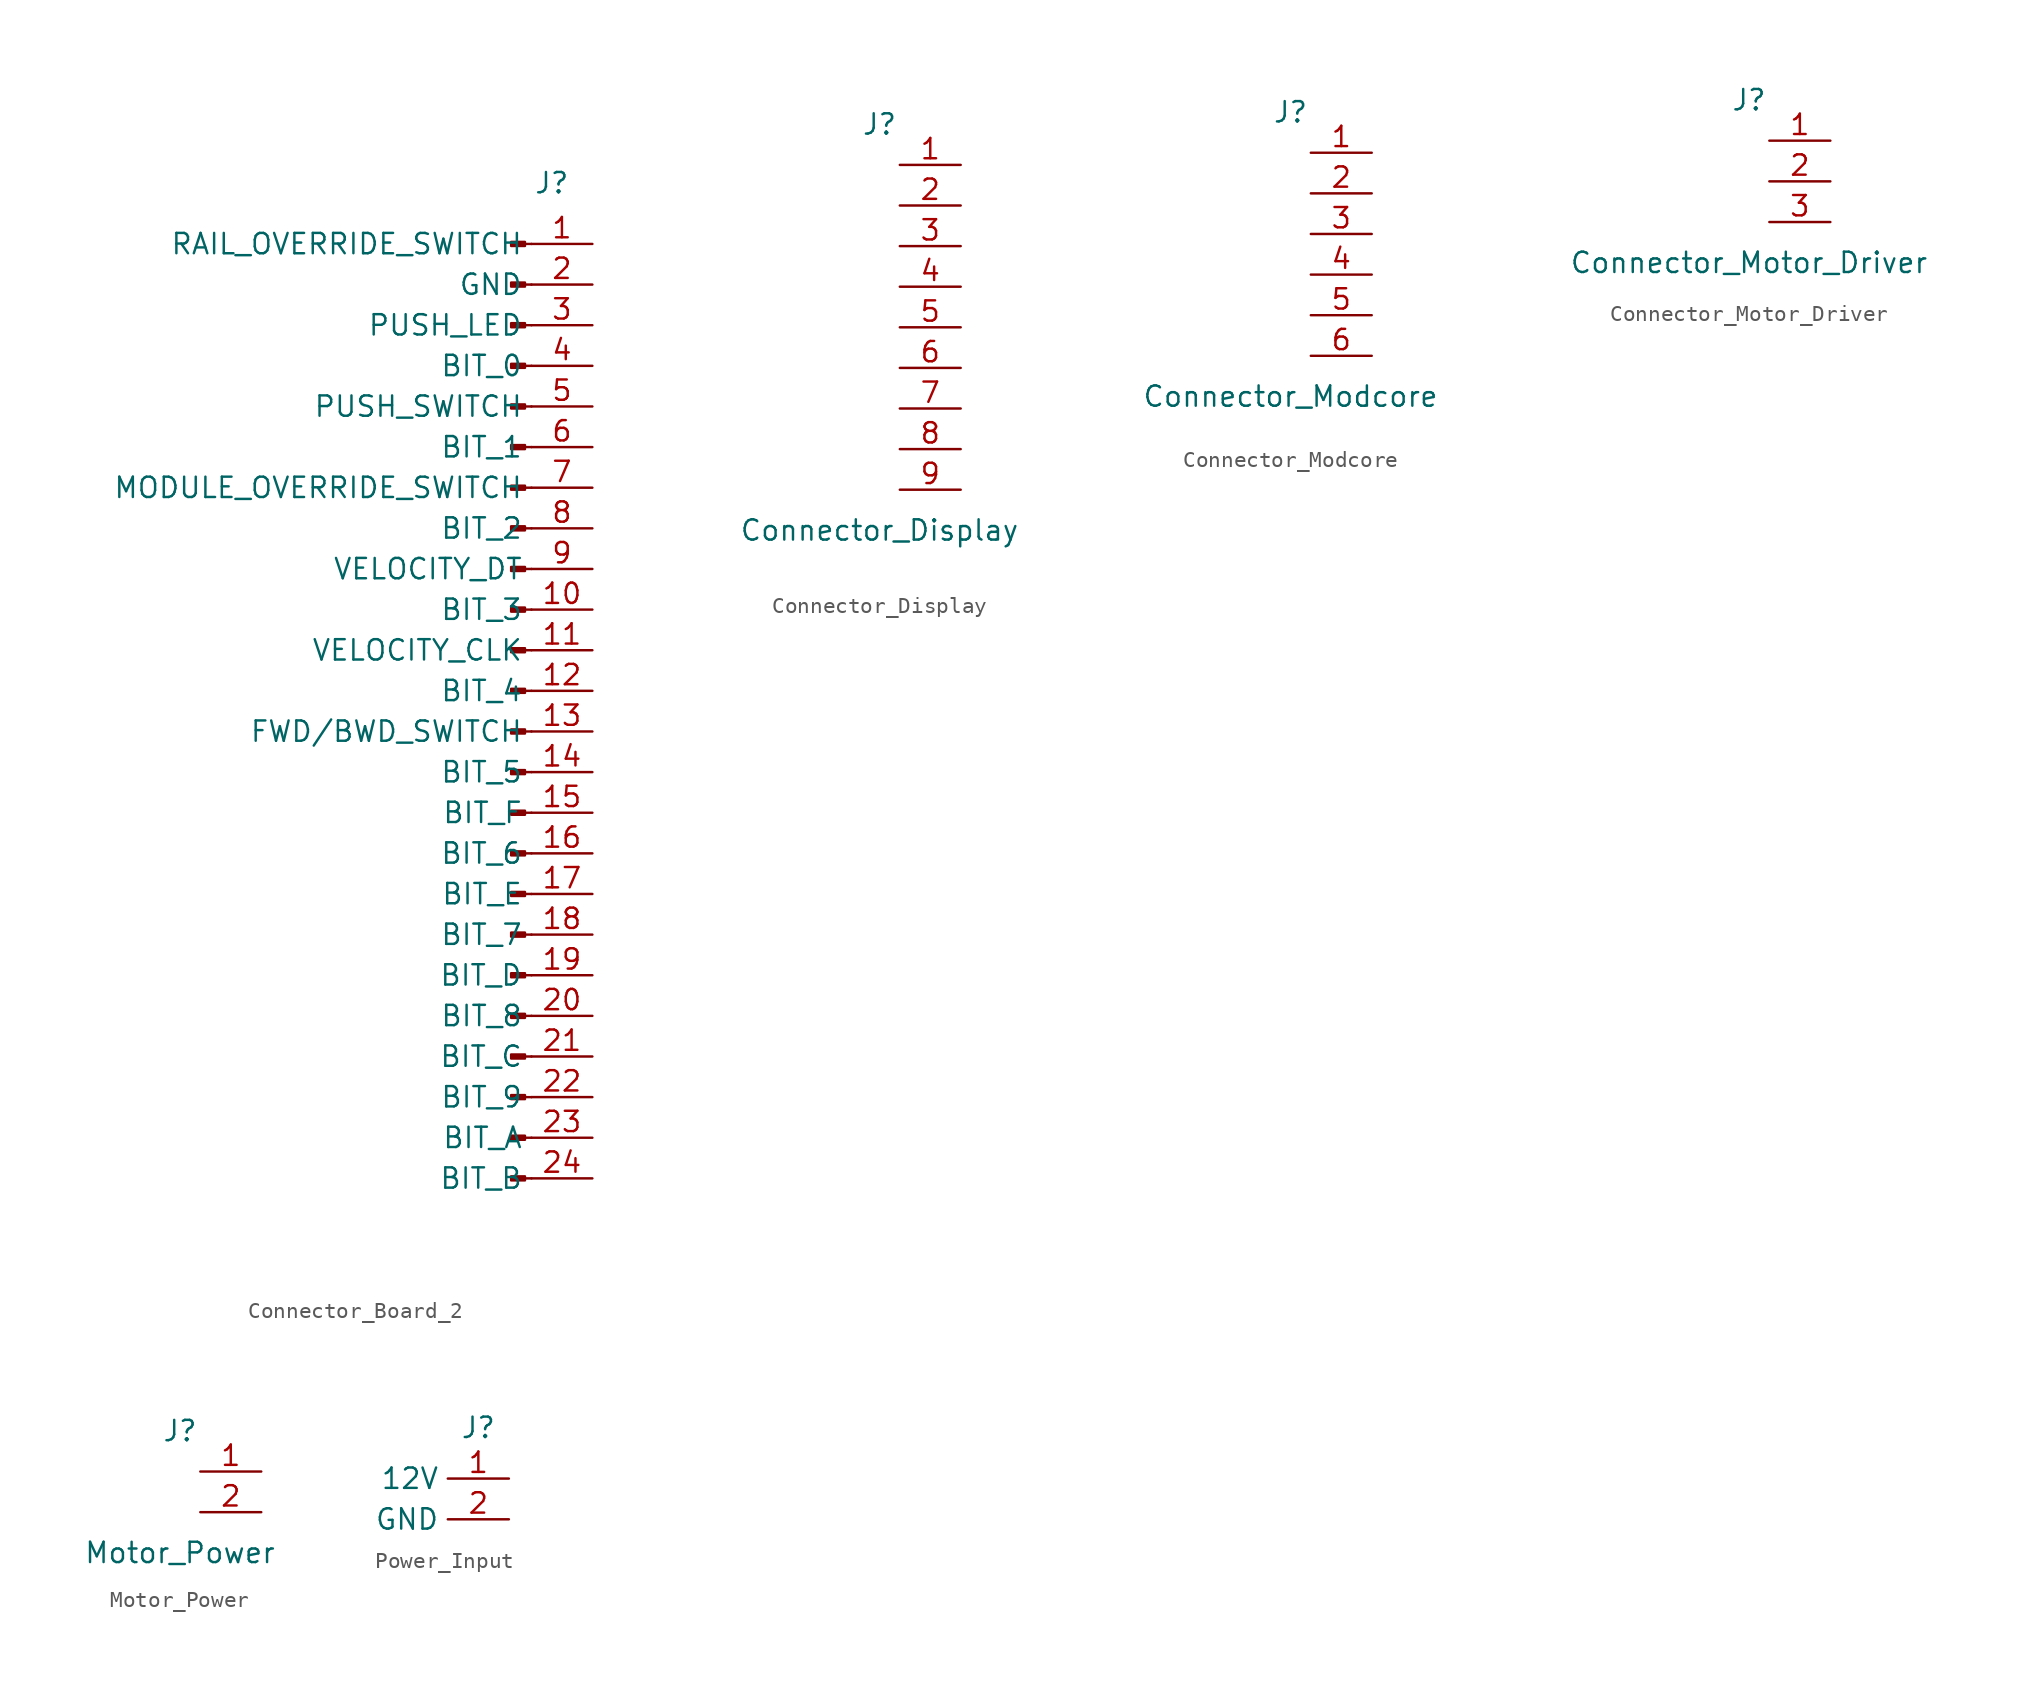
<source format=kicad_sym>
(kicad_symbol_lib
  (version 20220914)
  (generator kicad_symbol_editor)
  (symbol "Connector_Board_2"
    (property "Reference" "J"
      (at 0 0 0)
      (effects (font (size 1.27 1.27))))
    (property "Value" ""
      (at 0 0 0)
      (effects (font (size 1.27 1.27))))
    (symbol "Connector_Board_2_1_1"
      (rectangle (start -1.676 -62.103) (end -2.54 -62.357) (stroke (width 0.152) (type default)) (fill (type outline)))
      (rectangle (start -1.676 -59.563) (end -2.54 -59.817) (stroke (width 0.152) (type default)) (fill (type outline)))
      (rectangle (start -1.676 -57.023) (end -2.54 -57.277) (stroke (width 0.152) (type default)) (fill (type outline)))
      (rectangle (start -1.676 -54.483) (end -2.54 -54.737) (stroke (width 0.152) (type default)) (fill (type outline)))
      (rectangle (start -1.676 -51.943) (end -2.54 -52.197) (stroke (width 0.152) (type default)) (fill (type outline)))
      (rectangle (start -1.676 -49.403) (end -2.54 -49.657) (stroke (width 0.152) (type default)) (fill (type outline)))
      (rectangle (start -1.676 -46.863) (end -2.54 -47.117) (stroke (width 0.152) (type default)) (fill (type outline)))
      (rectangle (start -1.676 -44.323) (end -2.54 -44.577) (stroke (width 0.152) (type default)) (fill (type outline)))
      (rectangle (start -1.676 -41.783) (end -2.54 -42.037) (stroke (width 0.152) (type default)) (fill (type outline)))
      (rectangle (start -1.676 -39.243) (end -2.54 -39.497) (stroke (width 0.152) (type default)) (fill (type outline)))
      (rectangle (start -1.676 -36.703) (end -2.54 -36.957) (stroke (width 0.152) (type default)) (fill (type outline)))
      (rectangle (start -1.676 -34.163) (end -2.54 -34.417) (stroke (width 0.152) (type default)) (fill (type outline)))
      (rectangle (start -1.676 -31.623) (end -2.54 -31.877) (stroke (width 0.152) (type default)) (fill (type outline)))
      (rectangle (start -1.676 -29.083) (end -2.54 -29.337) (stroke (width 0.152) (type default)) (fill (type outline)))
      (rectangle (start -1.676 -26.543) (end -2.54 -26.797) (stroke (width 0.152) (type default)) (fill (type outline)))
      (rectangle (start -1.676 -24.003) (end -2.54 -24.257) (stroke (width 0.152) (type default)) (fill (type outline)))
      (rectangle (start -1.676 -21.463) (end -2.54 -21.717) (stroke (width 0.152) (type default)) (fill (type outline)))
      (rectangle (start -1.676 -18.923) (end -2.54 -19.177) (stroke (width 0.152) (type default)) (fill (type outline)))
      (rectangle (start -1.676 -16.383) (end -2.54 -16.637) (stroke (width 0.152) (type default)) (fill (type outline)))
      (rectangle (start -1.676 -13.843) (end -2.54 -14.097) (stroke (width 0.152) (type default)) (fill (type outline)))
      (rectangle (start -1.676 -11.303) (end -2.54 -11.557) (stroke (width 0.152) (type default)) (fill (type outline)))
      (rectangle (start -1.676 -8.763) (end -2.54 -9.017) (stroke (width 0.152) (type default)) (fill (type outline)))
      (rectangle (start -1.676 -6.223) (end -2.54 -6.477) (stroke (width 0.152) (type default)) (fill (type outline)))
      (rectangle (start -1.676 -3.683) (end -2.54 -3.937) (stroke (width 0.152) (type default)) (fill (type outline)))
      (polyline (pts (xy -1.27 -62.23) (xy -1.676 -62.23)) (stroke (width 0.152) (type default)) (fill (type none)))
      (polyline (pts (xy -1.27 -59.69) (xy -1.676 -59.69)) (stroke (width 0.152) (type default)) (fill (type none)))
      (polyline (pts (xy -1.27 -57.15) (xy -1.676 -57.15)) (stroke (width 0.152) (type default)) (fill (type none)))
      (polyline (pts (xy -1.27 -54.61) (xy -1.676 -54.61)) (stroke (width 0.152) (type default)) (fill (type none)))
      (polyline (pts (xy -1.27 -52.07) (xy -1.676 -52.07)) (stroke (width 0.152) (type default)) (fill (type none)))
      (polyline (pts (xy -1.27 -49.53) (xy -1.676 -49.53)) (stroke (width 0.152) (type default)) (fill (type none)))
      (polyline (pts (xy -1.27 -46.99) (xy -1.676 -46.99)) (stroke (width 0.152) (type default)) (fill (type none)))
      (polyline (pts (xy -1.27 -44.45) (xy -1.676 -44.45)) (stroke (width 0.152) (type default)) (fill (type none)))
      (polyline (pts (xy -1.27 -41.91) (xy -1.676 -41.91)) (stroke (width 0.152) (type default)) (fill (type none)))
      (polyline (pts (xy -1.27 -39.37) (xy -1.676 -39.37)) (stroke (width 0.152) (type default)) (fill (type none)))
      (polyline (pts (xy -1.27 -36.83) (xy -1.676 -36.83)) (stroke (width 0.152) (type default)) (fill (type none)))
      (polyline (pts (xy -1.27 -34.29) (xy -1.676 -34.29)) (stroke (width 0.152) (type default)) (fill (type none)))
      (polyline (pts (xy -1.27 -31.75) (xy -1.676 -31.75)) (stroke (width 0.152) (type default)) (fill (type none)))
      (polyline (pts (xy -1.27 -29.21) (xy -1.676 -29.21)) (stroke (width 0.152) (type default)) (fill (type none)))
      (polyline (pts (xy -1.27 -26.67) (xy -1.676 -26.67)) (stroke (width 0.152) (type default)) (fill (type none)))
      (polyline (pts (xy -1.27 -24.13) (xy -1.676 -24.13)) (stroke (width 0.152) (type default)) (fill (type none)))
      (polyline (pts (xy -1.27 -21.59) (xy -1.676 -21.59)) (stroke (width 0.152) (type default)) (fill (type none)))
      (polyline (pts (xy -1.27 -19.05) (xy -1.676 -19.05)) (stroke (width 0.152) (type default)) (fill (type none)))
      (polyline (pts (xy -1.27 -16.51) (xy -1.676 -16.51)) (stroke (width 0.152) (type default)) (fill (type none)))
      (polyline (pts (xy -1.27 -13.97) (xy -1.676 -13.97)) (stroke (width 0.152) (type default)) (fill (type none)))
      (polyline (pts (xy -1.27 -11.43) (xy -1.676 -11.43)) (stroke (width 0.152) (type default)) (fill (type none)))
      (polyline (pts (xy -1.27 -8.89) (xy -1.676 -8.89)) (stroke (width 0.152) (type default)) (fill (type none)))
      (polyline (pts (xy -1.27 -6.35) (xy -1.676 -6.35)) (stroke (width 0.152) (type default)) (fill (type none)))
      (polyline (pts (xy -1.27 -3.81) (xy -1.676 -3.81)) (stroke (width 0.152) (type default)) (fill (type none)))
      (pin passive line (at 2.54 -3.81 180) (length 3.81) (name "RAIL_OVERRIDE_SWITCH" (effects (font (size 1.27 1.27)))) (number "1" (effects (font (size 1.27 1.27)))))
      (pin passive line (at 2.54 -26.67 180) (length 3.81) (name "BIT_3" (effects (font (size 1.27 1.27)))) (number "10" (effects (font (size 1.27 1.27)))))
      (pin passive line (at 2.54 -29.21 180) (length 3.81) (name "VELOCITY_CLK" (effects (font (size 1.27 1.27)))) (number "11" (effects (font (size 1.27 1.27)))))
      (pin passive line (at 2.54 -31.75 180) (length 3.81) (name "BIT_4" (effects (font (size 1.27 1.27)))) (number "12" (effects (font (size 1.27 1.27)))))
      (pin passive line (at 2.54 -34.29 180) (length 3.81) (name "FWD/BWD_SWITCH" (effects (font (size 1.27 1.27)))) (number "13" (effects (font (size 1.27 1.27)))))
      (pin passive line (at 2.54 -36.83 180) (length 3.81) (name "BIT_5" (effects (font (size 1.27 1.27)))) (number "14" (effects (font (size 1.27 1.27)))))
      (pin passive line (at 2.54 -39.37 180) (length 3.81) (name "BIT_F" (effects (font (size 1.27 1.27)))) (number "15" (effects (font (size 1.27 1.27)))))
      (pin passive line (at 2.54 -41.91 180) (length 3.81) (name "BIT_6" (effects (font (size 1.27 1.27)))) (number "16" (effects (font (size 1.27 1.27)))))
      (pin passive line (at 2.54 -44.45 180) (length 3.81) (name "BIT_E" (effects (font (size 1.27 1.27)))) (number "17" (effects (font (size 1.27 1.27)))))
      (pin passive line (at 2.54 -46.99 180) (length 3.81) (name "BIT_7" (effects (font (size 1.27 1.27)))) (number "18" (effects (font (size 1.27 1.27)))))
      (pin passive line (at 2.54 -49.53 180) (length 3.81) (name "BIT_D" (effects (font (size 1.27 1.27)))) (number "19" (effects (font (size 1.27 1.27)))))
      (pin passive line (at 2.54 -6.35 180) (length 3.81) (name "GND" (effects (font (size 1.27 1.27)))) (number "2" (effects (font (size 1.27 1.27)))))
      (pin passive line (at 2.54 -52.07 180) (length 3.81) (name "BIT_8" (effects (font (size 1.27 1.27)))) (number "20" (effects (font (size 1.27 1.27)))))
      (pin passive line (at 2.54 -54.61 180) (length 3.81) (name "BIT_C" (effects (font (size 1.27 1.27)))) (number "21" (effects (font (size 1.27 1.27)))))
      (pin passive line (at 2.54 -57.15 180) (length 3.81) (name "BIT_9" (effects (font (size 1.27 1.27)))) (number "22" (effects (font (size 1.27 1.27)))))
      (pin passive line (at 2.54 -59.69 180) (length 3.81) (name "BIT_A" (effects (font (size 1.27 1.27)))) (number "23" (effects (font (size 1.27 1.27)))))
      (pin passive line (at 2.54 -62.23 180) (length 3.81) (name "BIT_B" (effects (font (size 1.27 1.27)))) (number "24" (effects (font (size 1.27 1.27)))))
      (pin passive line (at 2.54 -8.89 180) (length 3.81) (name "PUSH_LED" (effects (font (size 1.27 1.27)))) (number "3" (effects (font (size 1.27 1.27)))))
      (pin passive line (at 2.54 -11.43 180) (length 3.81) (name "BIT_0" (effects (font (size 1.27 1.27)))) (number "4" (effects (font (size 1.27 1.27)))))
      (pin passive line (at 2.54 -13.97 180) (length 3.81) (name "PUSH_SWITCH" (effects (font (size 1.27 1.27)))) (number "5" (effects (font (size 1.27 1.27)))))
      (pin passive line (at 2.54 -16.51 180) (length 3.81) (name "BIT_1" (effects (font (size 1.27 1.27)))) (number "6" (effects (font (size 1.27 1.27)))))
      (pin passive line (at 2.54 -19.05 180) (length 3.81) (name "MODULE_OVERRIDE_SWITCH" (effects (font (size 1.27 1.27)))) (number "7" (effects (font (size 1.27 1.27)))))
      (pin passive line (at 2.54 -21.59 180) (length 3.81) (name "BIT_2" (effects (font (size 1.27 1.27)))) (number "8" (effects (font (size 1.27 1.27)))))
      (pin passive line (at 2.54 -24.13 180) (length 3.81) (name "VELOCITY_DT" (effects (font (size 1.27 1.27)))) (number "9" (effects (font (size 1.27 1.27)))))))
  (symbol "Connector_Display"
    (pin_names
      (offset 1.016) hide)
    (property "Reference" "J"
      (at 0 12.7 0)
      (effects (font (size 1.27 1.27))))
    (property "Value" "Connector_Display"
      (at 0 -12.7 0)
      (effects (font (size 1.27 1.27))))
    (property "ki_locked" ""
      (at 0 0 0)
      (effects (font (size 1.27 1.27))))
    (symbol "Connector_Display_1_1"
      (pin passive line (at 5.08 10.16 180) (length 3.81) (name "CSB" (effects (font (size 1.27 1.27)))) (number "1" (effects (font (size 1.27 1.27)))))
      (pin passive line (at 5.08 7.62 180) (length 3.81) (name "SDA" (effects (font (size 1.27 1.27)))) (number "2" (effects (font (size 1.27 1.27)))))
      (pin passive line (at 5.08 5.08 180) (length 3.81) (name "SCLK" (effects (font (size 1.27 1.27)))) (number "3" (effects (font (size 1.27 1.27)))))
      (pin passive line (at 5.08 2.54 180) (length 3.81) (name "CSA" (effects (font (size 1.27 1.27)))) (number "4" (effects (font (size 1.27 1.27)))))
      (pin passive line (at 5.08 0 180) (length 3.81) (name "5V" (effects (font (size 1.27 1.27)))) (number "5" (effects (font (size 1.27 1.27)))))
      (pin passive line (at 5.08 -2.54 180) (length 3.81) (name "GND" (effects (font (size 1.27 1.27)))) (number "6" (effects (font (size 1.27 1.27)))))
      (pin passive line (at 5.08 -5.08 180) (length 3.81) (name "SER" (effects (font (size 1.27 1.27)))) (number "7" (effects (font (size 1.27 1.27)))))
      (pin passive line (at 5.08 -7.62 180) (length 3.81) (name "RCLK" (effects (font (size 1.27 1.27)))) (number "8" (effects (font (size 1.27 1.27)))))
      (pin passive line (at 5.08 -10.16 180) (length 3.81) (name "SRCLK" (effects (font (size 1.27 1.27)))) (number "9" (effects (font (size 1.27 1.27)))))))
  (symbol "Connector_Modcore"
    (pin_names
      (offset 1.016) hide)
    (property "Reference" "J"
      (at 0 7.62 0)
      (effects (font (size 1.27 1.27))))
    (property "Value" "Connector_Modcore"
      (at 0 -10.16 0)
      (effects (font (size 1.27 1.27))))
    (property "ki_locked" ""
      (at 0 0 0)
      (effects (font (size 1.27 1.27))))
    (symbol "Connector_Modcore_1_1"
      (pin passive line (at 5.08 5.08 180) (length 3.81) (name "12V" (effects (font (size 1.27 1.27)))) (number "1" (effects (font (size 1.27 1.27)))))
      (pin passive line (at 5.08 2.54 180) (length 3.81) (name "GND" (effects (font (size 1.27 1.27)))) (number "2" (effects (font (size 1.27 1.27)))))
      (pin passive line (at 5.08 0 180) (length 3.81) (name "I2C_SDA" (effects (font (size 1.27 1.27)))) (number "3" (effects (font (size 1.27 1.27)))))
      (pin passive line (at 5.08 -2.54 180) (length 3.81) (name "I2C_SCLK" (effects (font (size 1.27 1.27)))) (number "4" (effects (font (size 1.27 1.27)))))
      (pin passive line (at 5.08 -5.08 180) (length 3.81) (name "VB" (effects (font (size 1.27 1.27)))) (number "5" (effects (font (size 1.27 1.27)))))
      (pin passive line (at 5.08 -7.62 180) (length 3.81) (name "VA" (effects (font (size 1.27 1.27)))) (number "6" (effects (font (size 1.27 1.27)))))))
  (symbol "Connector_Motor_Driver"
    (pin_names
      (offset 1.016) hide)
    (property "Reference" "J"
      (at 0 5.08 0)
      (effects (font (size 1.27 1.27))))
    (property "Value" "Connector_Motor_Driver"
      (at 0 -5.08 0)
      (effects (font (size 1.27 1.27))))
    (property "ki_locked" ""
      (at 0 0 0)
      (effects (font (size 1.27 1.27))))
    (symbol "Connector_Motor_Driver_1_1"
      (pin passive line (at 5.08 2.54 180) (length 3.81) (name "ENA" (effects (font (size 1.27 1.27)))) (number "1" (effects (font (size 1.27 1.27)))))
      (pin passive line (at 5.08 0 180) (length 3.81) (name "IN1" (effects (font (size 1.27 1.27)))) (number "2" (effects (font (size 1.27 1.27)))))
      (pin passive line (at 5.08 -2.54 180) (length 3.81) (name "IN2" (effects (font (size 1.27 1.27)))) (number "3" (effects (font (size 1.27 1.27)))))))
  (symbol "Motor_Power"
    (pin_names
      (offset 1.016) hide)
    (property "Reference" "J"
      (at 0 2.54 0)
      (effects (font (size 1.27 1.27))))
    (property "Value" "Motor_Power"
      (at 0 -5.08 0)
      (effects (font (size 1.27 1.27))))
    (property "ki_locked" ""
      (at 0 0 0)
      (effects (font (size 1.27 1.27))))
    (symbol "Motor_Power_1_1"
      (pin passive line (at 5.08 0 180) (length 3.81) (name "VA" (effects (font (size 1.27 1.27)))) (number "1" (effects (font (size 1.27 1.27)))))
      (pin passive line (at 5.08 -2.54 180) (length 3.81) (name "VB" (effects (font (size 1.27 1.27)))) (number "2" (effects (font (size 1.27 1.27)))))))
  (symbol "Power_Input"
    (property "Reference" "J"
      (at 0 0 0)
      (effects (font (size 1.27 1.27))))
    (property "Value" ""
      (at 0 0 0)
      (effects (font (size 1.27 1.27))))
    (symbol "Power_Input_1_1"
      (pin passive line (at 1.905 -3.175 180) (length 3.81) (name "12V" (effects (font (size 1.27 1.27)))) (number "1" (effects (font (size 1.27 1.27)))))
      (pin passive line (at 1.905 -5.715 180) (length 3.81) (name "GND" (effects (font (size 1.27 1.27)))) (number "2" (effects (font (size 1.27 1.27))))))))
</source>
